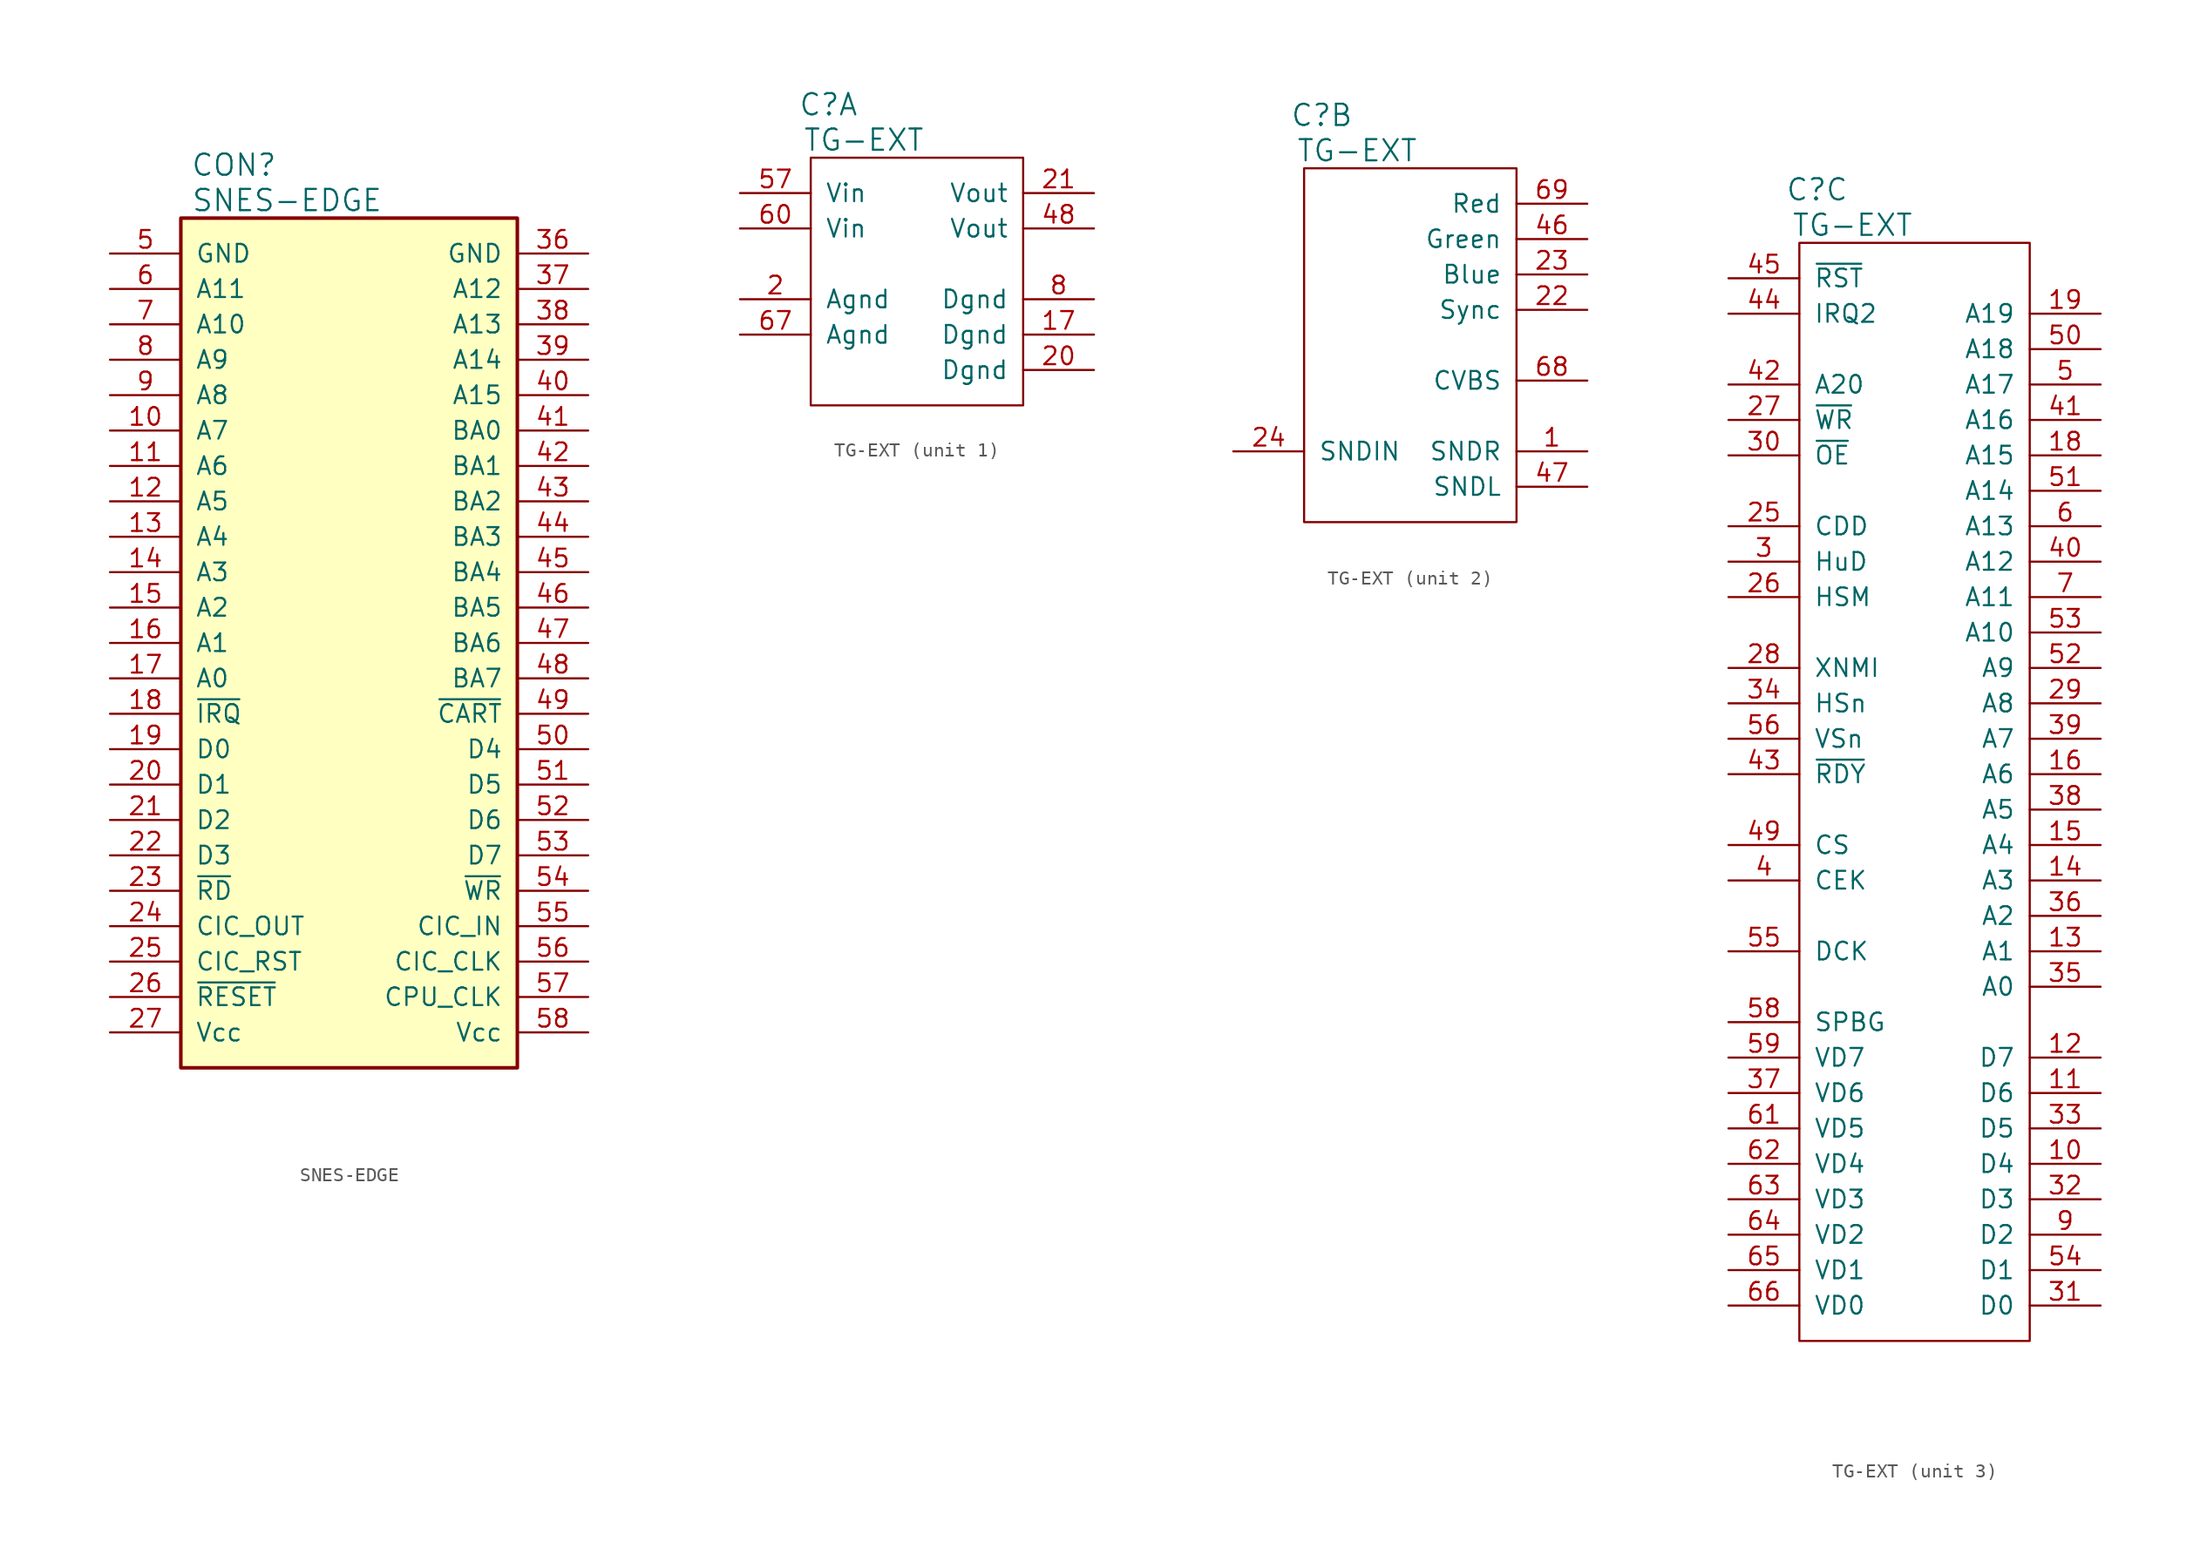
<source format=kicad_sym>
(kicad_symbol_lib
  (version 20220914)
  (generator kicad_symbol_editor)
  (symbol "SNES-EDGE"
    (pin_names
      (offset 1.016))
    (property "Reference" "CON"
      (at 3.81 3.81 0)
      (effects (font (size 1.524 1.524))))
    (property "Value" "SNES-EDGE"
      (at 7.62 1.27 0)
      (effects (font (size 1.524 1.524))))
    (symbol "SNES-EDGE_0_1"
      (rectangle (start 0 0) (end 24.13 -60.96) (stroke (width 0.254) (type default)) (fill (type background))))
    (symbol "SNES-EDGE_1_1"
      (pin passive line (at -5.08 -15.24 0) (length 5.08) (name "A7" (effects (font (size 1.27 1.27)))) (number "10" (effects (font (size 1.27 1.27)))))
      (pin passive line (at -5.08 -17.78 0) (length 5.08) (name "A6" (effects (font (size 1.27 1.27)))) (number "11" (effects (font (size 1.27 1.27)))))
      (pin passive line (at -5.08 -20.32 0) (length 5.08) (name "A5" (effects (font (size 1.27 1.27)))) (number "12" (effects (font (size 1.27 1.27)))))
      (pin passive line (at -5.08 -22.86 0) (length 5.08) (name "A4" (effects (font (size 1.27 1.27)))) (number "13" (effects (font (size 1.27 1.27)))))
      (pin passive line (at -5.08 -25.4 0) (length 5.08) (name "A3" (effects (font (size 1.27 1.27)))) (number "14" (effects (font (size 1.27 1.27)))))
      (pin passive line (at -5.08 -27.94 0) (length 5.08) (name "A2" (effects (font (size 1.27 1.27)))) (number "15" (effects (font (size 1.27 1.27)))))
      (pin passive line (at -5.08 -30.48 0) (length 5.08) (name "A1" (effects (font (size 1.27 1.27)))) (number "16" (effects (font (size 1.27 1.27)))))
      (pin passive line (at -5.08 -33.02 0) (length 5.08) (name "A0" (effects (font (size 1.27 1.27)))) (number "17" (effects (font (size 1.27 1.27)))))
      (pin passive line (at -5.08 -35.56 0) (length 5.08) (name "~{IRQ}" (effects (font (size 1.27 1.27)))) (number "18" (effects (font (size 1.27 1.27)))))
      (pin passive line (at -5.08 -38.1 0) (length 5.08) (name "D0" (effects (font (size 1.27 1.27)))) (number "19" (effects (font (size 1.27 1.27)))))
      (pin passive line (at -5.08 -40.64 0) (length 5.08) (name "D1" (effects (font (size 1.27 1.27)))) (number "20" (effects (font (size 1.27 1.27)))))
      (pin passive line (at -5.08 -43.18 0) (length 5.08) (name "D2" (effects (font (size 1.27 1.27)))) (number "21" (effects (font (size 1.27 1.27)))))
      (pin passive line (at -5.08 -45.72 0) (length 5.08) (name "D3" (effects (font (size 1.27 1.27)))) (number "22" (effects (font (size 1.27 1.27)))))
      (pin passive line (at -5.08 -48.26 0) (length 5.08) (name "~{RD}" (effects (font (size 1.27 1.27)))) (number "23" (effects (font (size 1.27 1.27)))))
      (pin passive line (at -5.08 -50.8 0) (length 5.08) (name "CIC_OUT" (effects (font (size 1.27 1.27)))) (number "24" (effects (font (size 1.27 1.27)))))
      (pin passive line (at -5.08 -53.34 0) (length 5.08) (name "CIC_RST" (effects (font (size 1.27 1.27)))) (number "25" (effects (font (size 1.27 1.27)))))
      (pin passive line (at -5.08 -55.88 0) (length 5.08) (name "~{RESET}" (effects (font (size 1.27 1.27)))) (number "26" (effects (font (size 1.27 1.27)))))
      (pin passive line (at -5.08 -58.42 0) (length 5.08) (name "Vcc" (effects (font (size 1.27 1.27)))) (number "27" (effects (font (size 1.27 1.27)))))
      (pin passive line (at 29.21 -2.54 180) (length 5.08) (name "GND" (effects (font (size 1.27 1.27)))) (number "36" (effects (font (size 1.27 1.27)))))
      (pin passive line (at 29.21 -5.08 180) (length 5.08) (name "A12" (effects (font (size 1.27 1.27)))) (number "37" (effects (font (size 1.27 1.27)))))
      (pin passive line (at 29.21 -7.62 180) (length 5.08) (name "A13" (effects (font (size 1.27 1.27)))) (number "38" (effects (font (size 1.27 1.27)))))
      (pin passive line (at 29.21 -10.16 180) (length 5.08) (name "A14" (effects (font (size 1.27 1.27)))) (number "39" (effects (font (size 1.27 1.27)))))
      (pin passive line (at 29.21 -12.7 180) (length 5.08) (name "A15" (effects (font (size 1.27 1.27)))) (number "40" (effects (font (size 1.27 1.27)))))
      (pin passive line (at 29.21 -15.24 180) (length 5.08) (name "BA0" (effects (font (size 1.27 1.27)))) (number "41" (effects (font (size 1.27 1.27)))))
      (pin passive line (at 29.21 -17.78 180) (length 5.08) (name "BA1" (effects (font (size 1.27 1.27)))) (number "42" (effects (font (size 1.27 1.27)))))
      (pin passive line (at 29.21 -20.32 180) (length 5.08) (name "BA2" (effects (font (size 1.27 1.27)))) (number "43" (effects (font (size 1.27 1.27)))))
      (pin passive line (at 29.21 -22.86 180) (length 5.08) (name "BA3" (effects (font (size 1.27 1.27)))) (number "44" (effects (font (size 1.27 1.27)))))
      (pin passive line (at 29.21 -25.4 180) (length 5.08) (name "BA4" (effects (font (size 1.27 1.27)))) (number "45" (effects (font (size 1.27 1.27)))))
      (pin passive line (at 29.21 -27.94 180) (length 5.08) (name "BA5" (effects (font (size 1.27 1.27)))) (number "46" (effects (font (size 1.27 1.27)))))
      (pin passive line (at 29.21 -30.48 180) (length 5.08) (name "BA6" (effects (font (size 1.27 1.27)))) (number "47" (effects (font (size 1.27 1.27)))))
      (pin passive line (at 29.21 -33.02 180) (length 5.08) (name "BA7" (effects (font (size 1.27 1.27)))) (number "48" (effects (font (size 1.27 1.27)))))
      (pin passive line (at 29.21 -35.56 180) (length 5.08) (name "~{CART}" (effects (font (size 1.27 1.27)))) (number "49" (effects (font (size 1.27 1.27)))))
      (pin passive line (at -5.08 -2.54 0) (length 5.08) (name "GND" (effects (font (size 1.27 1.27)))) (number "5" (effects (font (size 1.27 1.27)))))
      (pin passive line (at 29.21 -38.1 180) (length 5.08) (name "D4" (effects (font (size 1.27 1.27)))) (number "50" (effects (font (size 1.27 1.27)))))
      (pin passive line (at 29.21 -40.64 180) (length 5.08) (name "D5" (effects (font (size 1.27 1.27)))) (number "51" (effects (font (size 1.27 1.27)))))
      (pin passive line (at 29.21 -43.18 180) (length 5.08) (name "D6" (effects (font (size 1.27 1.27)))) (number "52" (effects (font (size 1.27 1.27)))))
      (pin passive line (at 29.21 -45.72 180) (length 5.08) (name "D7" (effects (font (size 1.27 1.27)))) (number "53" (effects (font (size 1.27 1.27)))))
      (pin passive line (at 29.21 -48.26 180) (length 5.08) (name "~{WR}" (effects (font (size 1.27 1.27)))) (number "54" (effects (font (size 1.27 1.27)))))
      (pin passive line (at 29.21 -50.8 180) (length 5.08) (name "CIC_IN" (effects (font (size 1.27 1.27)))) (number "55" (effects (font (size 1.27 1.27)))))
      (pin passive line (at 29.21 -53.34 180) (length 5.08) (name "CIC_CLK" (effects (font (size 1.27 1.27)))) (number "56" (effects (font (size 1.27 1.27)))))
      (pin passive line (at 29.21 -55.88 180) (length 5.08) (name "CPU_CLK" (effects (font (size 1.27 1.27)))) (number "57" (effects (font (size 1.27 1.27)))))
      (pin passive line (at 29.21 -58.42 180) (length 5.08) (name "Vcc" (effects (font (size 1.27 1.27)))) (number "58" (effects (font (size 1.27 1.27)))))
      (pin passive line (at -5.08 -5.08 0) (length 5.08) (name "A11" (effects (font (size 1.27 1.27)))) (number "6" (effects (font (size 1.27 1.27)))))
      (pin passive line (at -5.08 -7.62 0) (length 5.08) (name "A10" (effects (font (size 1.27 1.27)))) (number "7" (effects (font (size 1.27 1.27)))))
      (pin passive line (at -5.08 -10.16 0) (length 5.08) (name "A9" (effects (font (size 1.27 1.27)))) (number "8" (effects (font (size 1.27 1.27)))))
      (pin passive line (at -5.08 -12.7 0) (length 5.08) (name "A8" (effects (font (size 1.27 1.27)))) (number "9" (effects (font (size 1.27 1.27)))))))
  (symbol "TG-EXT"
    (pin_names
      (offset 1.016))
    (property "Reference" "C"
      (at 1.27 3.81 0)
      (effects (font (size 1.524 1.524))))
    (property "Value" "TG-EXT"
      (at 3.81 1.27 0)
      (effects (font (size 1.524 1.524))))
    (property "Footprint" ""
      (at 1.27 -12.7 0)
      (effects (font (size 1.524 1.524))))
    (property "Datasheet" ""
      (at 1.27 -12.7 0)
      (effects (font (size 1.524 1.524))))
    (property "ki_locked" ""
      (at 0 0 0)
      (effects (font (size 1.27 1.27))))
    (symbol "TG-EXT_1_1"
      (rectangle (start 0 0) (end 15.24 -17.78) (stroke (width 0) (type default)) (fill (type none)))
      (pin power_in line (at 20.32 -12.7 180) (length 5.08) (name "Dgnd" (effects (font (size 1.27 1.27)))) (number "17" (effects (font (size 1.27 1.27)))))
      (pin power_in line (at -5.08 -10.16 0) (length 5.08) (name "Agnd" (effects (font (size 1.27 1.27)))) (number "2" (effects (font (size 1.27 1.27)))))
      (pin power_in line (at 20.32 -15.24 180) (length 5.08) (name "Dgnd" (effects (font (size 1.27 1.27)))) (number "20" (effects (font (size 1.27 1.27)))))
      (pin power_out line (at 20.32 -2.54 180) (length 5.08) (name "Vout" (effects (font (size 1.27 1.27)))) (number "21" (effects (font (size 1.27 1.27)))))
      (pin power_out line (at 20.32 -5.08 180) (length 5.08) (name "Vout" (effects (font (size 1.27 1.27)))) (number "48" (effects (font (size 1.27 1.27)))))
      (pin power_in line (at -5.08 -2.54 0) (length 5.08) (name "Vin" (effects (font (size 1.27 1.27)))) (number "57" (effects (font (size 1.27 1.27)))))
      (pin power_in line (at -5.08 -5.08 0) (length 5.08) (name "Vin" (effects (font (size 1.27 1.27)))) (number "60" (effects (font (size 1.27 1.27)))))
      (pin power_in line (at -5.08 -12.7 0) (length 5.08) (name "Agnd" (effects (font (size 1.27 1.27)))) (number "67" (effects (font (size 1.27 1.27)))))
      (pin power_in line (at 20.32 -10.16 180) (length 5.08) (name "Dgnd" (effects (font (size 1.27 1.27)))) (number "8" (effects (font (size 1.27 1.27))))))
    (symbol "TG-EXT_2_1"
      (rectangle (start 0 0) (end 15.24 -25.4) (stroke (width 0) (type default)) (fill (type none)))
      (pin output line (at 20.32 -20.32 180) (length 5.08) (name "SNDR" (effects (font (size 1.27 1.27)))) (number "1" (effects (font (size 1.27 1.27)))))
      (pin output line (at 20.32 -10.16 180) (length 5.08) (name "Sync" (effects (font (size 1.27 1.27)))) (number "22" (effects (font (size 1.27 1.27)))))
      (pin output line (at 20.32 -7.62 180) (length 5.08) (name "Blue" (effects (font (size 1.27 1.27)))) (number "23" (effects (font (size 1.27 1.27)))))
      (pin input line (at -5.08 -20.32 0) (length 5.08) (name "SNDIN" (effects (font (size 1.27 1.27)))) (number "24" (effects (font (size 1.27 1.27)))))
      (pin output line (at 20.32 -5.08 180) (length 5.08) (name "Green" (effects (font (size 1.27 1.27)))) (number "46" (effects (font (size 1.27 1.27)))))
      (pin output line (at 20.32 -22.86 180) (length 5.08) (name "SNDL" (effects (font (size 1.27 1.27)))) (number "47" (effects (font (size 1.27 1.27)))))
      (pin output line (at 20.32 -15.24 180) (length 5.08) (name "CVBS" (effects (font (size 1.27 1.27)))) (number "68" (effects (font (size 1.27 1.27)))))
      (pin output line (at 20.32 -2.54 180) (length 5.08) (name "Red" (effects (font (size 1.27 1.27)))) (number "69" (effects (font (size 1.27 1.27))))))
    (symbol "TG-EXT_3_1"
      (rectangle (start 0 0) (end 16.51 -78.74) (stroke (width 0) (type default)) (fill (type none)))
      (pin passive line (at 21.59 -66.04 180) (length 5.08) (name "D4" (effects (font (size 1.27 1.27)))) (number "10" (effects (font (size 1.27 1.27)))))
      (pin passive line (at 21.59 -60.96 180) (length 5.08) (name "D6" (effects (font (size 1.27 1.27)))) (number "11" (effects (font (size 1.27 1.27)))))
      (pin passive line (at 21.59 -58.42 180) (length 5.08) (name "D7" (effects (font (size 1.27 1.27)))) (number "12" (effects (font (size 1.27 1.27)))))
      (pin passive line (at 21.59 -50.8 180) (length 5.08) (name "A1" (effects (font (size 1.27 1.27)))) (number "13" (effects (font (size 1.27 1.27)))))
      (pin passive line (at 21.59 -45.72 180) (length 5.08) (name "A3" (effects (font (size 1.27 1.27)))) (number "14" (effects (font (size 1.27 1.27)))))
      (pin passive line (at 21.59 -43.18 180) (length 5.08) (name "A4" (effects (font (size 1.27 1.27)))) (number "15" (effects (font (size 1.27 1.27)))))
      (pin passive line (at 21.59 -38.1 180) (length 5.08) (name "A6" (effects (font (size 1.27 1.27)))) (number "16" (effects (font (size 1.27 1.27)))))
      (pin passive line (at 21.59 -15.24 180) (length 5.08) (name "A15" (effects (font (size 1.27 1.27)))) (number "18" (effects (font (size 1.27 1.27)))))
      (pin passive line (at 21.59 -5.08 180) (length 5.08) (name "A19" (effects (font (size 1.27 1.27)))) (number "19" (effects (font (size 1.27 1.27)))))
      (pin passive line (at -5.08 -20.32 0) (length 5.08) (name "CDD" (effects (font (size 1.27 1.27)))) (number "25" (effects (font (size 1.27 1.27)))))
      (pin passive line (at -5.08 -25.4 0) (length 5.08) (name "HSM" (effects (font (size 1.27 1.27)))) (number "26" (effects (font (size 1.27 1.27)))))
      (pin passive line (at -5.08 -12.7 0) (length 5.08) (name "~{WR}" (effects (font (size 1.27 1.27)))) (number "27" (effects (font (size 1.27 1.27)))))
      (pin passive line (at -5.08 -30.48 0) (length 5.08) (name "XNMI" (effects (font (size 1.27 1.27)))) (number "28" (effects (font (size 1.27 1.27)))))
      (pin passive line (at 21.59 -33.02 180) (length 5.08) (name "A8" (effects (font (size 1.27 1.27)))) (number "29" (effects (font (size 1.27 1.27)))))
      (pin passive line (at -5.08 -22.86 0) (length 5.08) (name "HuD" (effects (font (size 1.27 1.27)))) (number "3" (effects (font (size 1.27 1.27)))))
      (pin passive line (at -5.08 -15.24 0) (length 5.08) (name "~{OE}" (effects (font (size 1.27 1.27)))) (number "30" (effects (font (size 1.27 1.27)))))
      (pin passive line (at 21.59 -76.2 180) (length 5.08) (name "D0" (effects (font (size 1.27 1.27)))) (number "31" (effects (font (size 1.27 1.27)))))
      (pin passive line (at 21.59 -68.58 180) (length 5.08) (name "D3" (effects (font (size 1.27 1.27)))) (number "32" (effects (font (size 1.27 1.27)))))
      (pin passive line (at 21.59 -63.5 180) (length 5.08) (name "D5" (effects (font (size 1.27 1.27)))) (number "33" (effects (font (size 1.27 1.27)))))
      (pin passive line (at -5.08 -33.02 0) (length 5.08) (name "HSn" (effects (font (size 1.27 1.27)))) (number "34" (effects (font (size 1.27 1.27)))))
      (pin passive line (at 21.59 -53.34 180) (length 5.08) (name "A0" (effects (font (size 1.27 1.27)))) (number "35" (effects (font (size 1.27 1.27)))))
      (pin passive line (at 21.59 -48.26 180) (length 5.08) (name "A2" (effects (font (size 1.27 1.27)))) (number "36" (effects (font (size 1.27 1.27)))))
      (pin passive line (at -5.08 -60.96 0) (length 5.08) (name "VD6" (effects (font (size 1.27 1.27)))) (number "37" (effects (font (size 1.27 1.27)))))
      (pin passive line (at 21.59 -40.64 180) (length 5.08) (name "A5" (effects (font (size 1.27 1.27)))) (number "38" (effects (font (size 1.27 1.27)))))
      (pin passive line (at 21.59 -35.56 180) (length 5.08) (name "A7" (effects (font (size 1.27 1.27)))) (number "39" (effects (font (size 1.27 1.27)))))
      (pin passive line (at -5.08 -45.72 0) (length 5.08) (name "CEK" (effects (font (size 1.27 1.27)))) (number "4" (effects (font (size 1.27 1.27)))))
      (pin passive line (at 21.59 -22.86 180) (length 5.08) (name "A12" (effects (font (size 1.27 1.27)))) (number "40" (effects (font (size 1.27 1.27)))))
      (pin passive line (at 21.59 -12.7 180) (length 5.08) (name "A16" (effects (font (size 1.27 1.27)))) (number "41" (effects (font (size 1.27 1.27)))))
      (pin passive line (at -5.08 -10.16 0) (length 5.08) (name "A20" (effects (font (size 1.27 1.27)))) (number "42" (effects (font (size 1.27 1.27)))))
      (pin passive line (at -5.08 -38.1 0) (length 5.08) (name "~{RDY}" (effects (font (size 1.27 1.27)))) (number "43" (effects (font (size 1.27 1.27)))))
      (pin passive line (at -5.08 -5.08 0) (length 5.08) (name "IRQ2" (effects (font (size 1.27 1.27)))) (number "44" (effects (font (size 1.27 1.27)))))
      (pin passive line (at -5.08 -2.54 0) (length 5.08) (name "~{RST}" (effects (font (size 1.27 1.27)))) (number "45" (effects (font (size 1.27 1.27)))))
      (pin passive line (at -5.08 -43.18 0) (length 5.08) (name "CS" (effects (font (size 1.27 1.27)))) (number "49" (effects (font (size 1.27 1.27)))))
      (pin passive line (at 21.59 -10.16 180) (length 5.08) (name "A17" (effects (font (size 1.27 1.27)))) (number "5" (effects (font (size 1.27 1.27)))))
      (pin passive line (at 21.59 -7.62 180) (length 5.08) (name "A18" (effects (font (size 1.27 1.27)))) (number "50" (effects (font (size 1.27 1.27)))))
      (pin passive line (at 21.59 -17.78 180) (length 5.08) (name "A14" (effects (font (size 1.27 1.27)))) (number "51" (effects (font (size 1.27 1.27)))))
      (pin passive line (at 21.59 -30.48 180) (length 5.08) (name "A9" (effects (font (size 1.27 1.27)))) (number "52" (effects (font (size 1.27 1.27)))))
      (pin passive line (at 21.59 -27.94 180) (length 5.08) (name "A10" (effects (font (size 1.27 1.27)))) (number "53" (effects (font (size 1.27 1.27)))))
      (pin passive line (at 21.59 -73.66 180) (length 5.08) (name "D1" (effects (font (size 1.27 1.27)))) (number "54" (effects (font (size 1.27 1.27)))))
      (pin passive line (at -5.08 -50.8 0) (length 5.08) (name "DCK" (effects (font (size 1.27 1.27)))) (number "55" (effects (font (size 1.27 1.27)))))
      (pin passive line (at -5.08 -35.56 0) (length 5.08) (name "VSn" (effects (font (size 1.27 1.27)))) (number "56" (effects (font (size 1.27 1.27)))))
      (pin passive line (at -5.08 -55.88 0) (length 5.08) (name "SPBG" (effects (font (size 1.27 1.27)))) (number "58" (effects (font (size 1.27 1.27)))))
      (pin passive line (at -5.08 -58.42 0) (length 5.08) (name "VD7" (effects (font (size 1.27 1.27)))) (number "59" (effects (font (size 1.27 1.27)))))
      (pin passive line (at 21.59 -20.32 180) (length 5.08) (name "A13" (effects (font (size 1.27 1.27)))) (number "6" (effects (font (size 1.27 1.27)))))
      (pin passive line (at -5.08 -63.5 0) (length 5.08) (name "VD5" (effects (font (size 1.27 1.27)))) (number "61" (effects (font (size 1.27 1.27)))))
      (pin passive line (at -5.08 -66.04 0) (length 5.08) (name "VD4" (effects (font (size 1.27 1.27)))) (number "62" (effects (font (size 1.27 1.27)))))
      (pin passive line (at -5.08 -68.58 0) (length 5.08) (name "VD3" (effects (font (size 1.27 1.27)))) (number "63" (effects (font (size 1.27 1.27)))))
      (pin passive line (at -5.08 -71.12 0) (length 5.08) (name "VD2" (effects (font (size 1.27 1.27)))) (number "64" (effects (font (size 1.27 1.27)))))
      (pin passive line (at -5.08 -73.66 0) (length 5.08) (name "VD1" (effects (font (size 1.27 1.27)))) (number "65" (effects (font (size 1.27 1.27)))))
      (pin passive line (at -5.08 -76.2 0) (length 5.08) (name "VD0" (effects (font (size 1.27 1.27)))) (number "66" (effects (font (size 1.27 1.27)))))
      (pin passive line (at 21.59 -25.4 180) (length 5.08) (name "A11" (effects (font (size 1.27 1.27)))) (number "7" (effects (font (size 1.27 1.27)))))
      (pin passive line (at 21.59 -71.12 180) (length 5.08) (name "D2" (effects (font (size 1.27 1.27)))) (number "9" (effects (font (size 1.27 1.27))))))))
</source>
